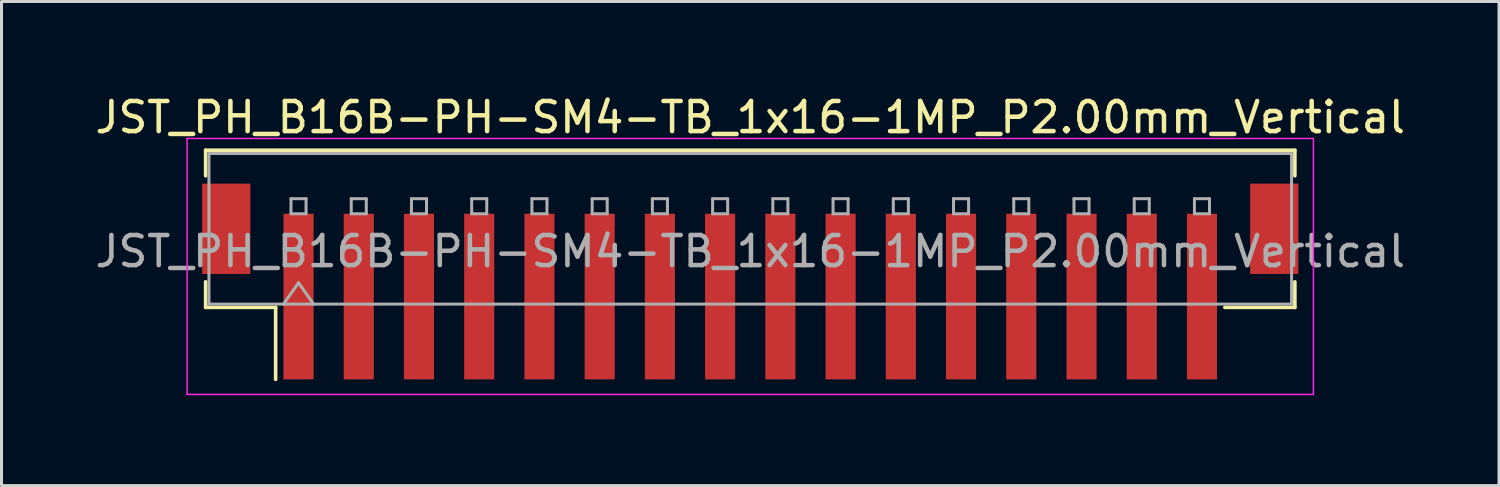
<source format=kicad_pcb>
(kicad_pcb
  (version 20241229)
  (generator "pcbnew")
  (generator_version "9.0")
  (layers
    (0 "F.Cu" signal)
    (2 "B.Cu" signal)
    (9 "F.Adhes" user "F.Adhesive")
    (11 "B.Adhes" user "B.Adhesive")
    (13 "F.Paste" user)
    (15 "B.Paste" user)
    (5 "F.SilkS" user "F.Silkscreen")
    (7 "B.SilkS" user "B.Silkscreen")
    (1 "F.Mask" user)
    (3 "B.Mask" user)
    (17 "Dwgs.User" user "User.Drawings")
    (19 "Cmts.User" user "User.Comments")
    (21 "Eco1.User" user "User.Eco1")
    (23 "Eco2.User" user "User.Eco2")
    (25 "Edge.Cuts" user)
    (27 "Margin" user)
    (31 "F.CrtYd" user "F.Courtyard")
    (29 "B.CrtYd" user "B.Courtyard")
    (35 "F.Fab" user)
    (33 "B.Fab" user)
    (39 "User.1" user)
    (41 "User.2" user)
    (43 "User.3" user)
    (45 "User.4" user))
  (footprint "JST_PH_B16B-PH-SM4-TB_1x16-1MP_P2.00mm_Vertical"
    (layer "F.Cu")
    (at 21.863 6.298)
    (property "Reference" "JST_PH_B16B-PH-SM4-TB_1x16-1MP_P2.00mm_Vertical" (at 0 -5.45 0) (layer "F.SilkS") (effects (font (size 1 1) (thickness 0.15))))
    (attr smd)
    (fp_line (start -18.085 -4.36) (end 18.085 -4.36) (stroke (width 0.12) (type solid)) (layer "F.SilkS"))
    (fp_line (start -18.085 -3.51) (end -18.085 -4.36) (stroke (width 0.12) (type solid)) (layer "F.SilkS"))
    (fp_line (start -18.085 0.01) (end -18.085 0.86) (stroke (width 0.12) (type solid)) (layer "F.SilkS"))
    (fp_line (start -18.085 0.86) (end -15.76 0.86) (stroke (width 0.12) (type solid)) (layer "F.SilkS"))
    (fp_line (start -15.76 0.86) (end -15.76 3.25) (stroke (width 0.12) (type solid)) (layer "F.SilkS"))
    (fp_line (start 18.085 -4.36) (end 18.085 -3.51) (stroke (width 0.12) (type solid)) (layer "F.SilkS"))
    (fp_line (start 18.085 0.01) (end 18.085 0.86) (stroke (width 0.12) (type solid)) (layer "F.SilkS"))
    (fp_line (start 18.085 0.86) (end 15.76 0.86) (stroke (width 0.12) (type solid)) (layer "F.SilkS"))
    (fp_line (start -18.7 -4.75) (end -18.7 3.75) (stroke (width 0.05) (type solid)) (layer "F.CrtYd"))
    (fp_line (start -18.7 3.75) (end 18.7 3.75) (stroke (width 0.05) (type solid)) (layer "F.CrtYd"))
    (fp_line (start 18.7 -4.75) (end -18.7 -4.75) (stroke (width 0.05) (type solid)) (layer "F.CrtYd"))
    (fp_line (start 18.7 3.75) (end 18.7 -4.75) (stroke (width 0.05) (type solid)) (layer "F.CrtYd"))
    (fp_line (start -17.975 -4.25) (end 17.975 -4.25) (stroke (width 0.1) (type solid)) (layer "F.Fab"))
    (fp_line (start -17.975 0.75) (end -17.975 -4.25) (stroke (width 0.1) (type solid)) (layer "F.Fab"))
    (fp_line (start -17.975 0.75) (end 17.975 0.75) (stroke (width 0.1) (type solid)) (layer "F.Fab"))
    (fp_line (start -15.5 0.75) (end -15 0.043) (stroke (width 0.1) (type solid)) (layer "F.Fab"))
    (fp_line (start -15.25 -2.75) (end -15.25 -2.25) (stroke (width 0.1) (type solid)) (layer "F.Fab"))
    (fp_line (start -15.25 -2.25) (end -14.75 -2.25) (stroke (width 0.1) (type solid)) (layer "F.Fab"))
    (fp_line (start -15 0.043) (end -14.5 0.75) (stroke (width 0.1) (type solid)) (layer "F.Fab"))
    (fp_line (start -14.75 -2.75) (end -15.25 -2.75) (stroke (width 0.1) (type solid)) (layer "F.Fab"))
    (fp_line (start -14.75 -2.25) (end -14.75 -2.75) (stroke (width 0.1) (type solid)) (layer "F.Fab"))
    (fp_line (start -13.25 -2.75) (end -13.25 -2.25) (stroke (width 0.1) (type solid)) (layer "F.Fab"))
    (fp_line (start -13.25 -2.25) (end -12.75 -2.25) (stroke (width 0.1) (type solid)) (layer "F.Fab"))
    (fp_line (start -12.75 -2.75) (end -13.25 -2.75) (stroke (width 0.1) (type solid)) (layer "F.Fab"))
    (fp_line (start -12.75 -2.25) (end -12.75 -2.75) (stroke (width 0.1) (type solid)) (layer "F.Fab"))
    (fp_line (start -11.25 -2.75) (end -11.25 -2.25) (stroke (width 0.1) (type solid)) (layer "F.Fab"))
    (fp_line (start -11.25 -2.25) (end -10.75 -2.25) (stroke (width 0.1) (type solid)) (layer "F.Fab"))
    (fp_line (start -10.75 -2.75) (end -11.25 -2.75) (stroke (width 0.1) (type solid)) (layer "F.Fab"))
    (fp_line (start -10.75 -2.25) (end -10.75 -2.75) (stroke (width 0.1) (type solid)) (layer "F.Fab"))
    (fp_line (start -9.25 -2.75) (end -9.25 -2.25) (stroke (width 0.1) (type solid)) (layer "F.Fab"))
    (fp_line (start -9.25 -2.25) (end -8.75 -2.25) (stroke (width 0.1) (type solid)) (layer "F.Fab"))
    (fp_line (start -8.75 -2.75) (end -9.25 -2.75) (stroke (width 0.1) (type solid)) (layer "F.Fab"))
    (fp_line (start -8.75 -2.25) (end -8.75 -2.75) (stroke (width 0.1) (type solid)) (layer "F.Fab"))
    (fp_line (start -7.25 -2.75) (end -7.25 -2.25) (stroke (width 0.1) (type solid)) (layer "F.Fab"))
    (fp_line (start -7.25 -2.25) (end -6.75 -2.25) (stroke (width 0.1) (type solid)) (layer "F.Fab"))
    (fp_line (start -6.75 -2.75) (end -7.25 -2.75) (stroke (width 0.1) (type solid)) (layer "F.Fab"))
    (fp_line (start -6.75 -2.25) (end -6.75 -2.75) (stroke (width 0.1) (type solid)) (layer "F.Fab"))
    (fp_line (start -5.25 -2.75) (end -5.25 -2.25) (stroke (width 0.1) (type solid)) (layer "F.Fab"))
    (fp_line (start -5.25 -2.25) (end -4.75 -2.25) (stroke (width 0.1) (type solid)) (layer "F.Fab"))
    (fp_line (start -4.75 -2.75) (end -5.25 -2.75) (stroke (width 0.1) (type solid)) (layer "F.Fab"))
    (fp_line (start -4.75 -2.25) (end -4.75 -2.75) (stroke (width 0.1) (type solid)) (layer "F.Fab"))
    (fp_line (start -3.25 -2.75) (end -3.25 -2.25) (stroke (width 0.1) (type solid)) (layer "F.Fab"))
    (fp_line (start -3.25 -2.25) (end -2.75 -2.25) (stroke (width 0.1) (type solid)) (layer "F.Fab"))
    (fp_line (start -2.75 -2.75) (end -3.25 -2.75) (stroke (width 0.1) (type solid)) (layer "F.Fab"))
    (fp_line (start -2.75 -2.25) (end -2.75 -2.75) (stroke (width 0.1) (type solid)) (layer "F.Fab"))
    (fp_line (start -1.25 -2.75) (end -1.25 -2.25) (stroke (width 0.1) (type solid)) (layer "F.Fab"))
    (fp_line (start -1.25 -2.25) (end -0.75 -2.25) (stroke (width 0.1) (type solid)) (layer "F.Fab"))
    (fp_line (start -0.75 -2.75) (end -1.25 -2.75) (stroke (width 0.1) (type solid)) (layer "F.Fab"))
    (fp_line (start -0.75 -2.25) (end -0.75 -2.75) (stroke (width 0.1) (type solid)) (layer "F.Fab"))
    (fp_line (start 0.75 -2.75) (end 0.75 -2.25) (stroke (width 0.1) (type solid)) (layer "F.Fab"))
    (fp_line (start 0.75 -2.25) (end 1.25 -2.25) (stroke (width 0.1) (type solid)) (layer "F.Fab"))
    (fp_line (start 1.25 -2.75) (end 0.75 -2.75) (stroke (width 0.1) (type solid)) (layer "F.Fab"))
    (fp_line (start 1.25 -2.25) (end 1.25 -2.75) (stroke (width 0.1) (type solid)) (layer "F.Fab"))
    (fp_line (start 2.75 -2.75) (end 2.75 -2.25) (stroke (width 0.1) (type solid)) (layer "F.Fab"))
    (fp_line (start 2.75 -2.25) (end 3.25 -2.25) (stroke (width 0.1) (type solid)) (layer "F.Fab"))
    (fp_line (start 3.25 -2.75) (end 2.75 -2.75) (stroke (width 0.1) (type solid)) (layer "F.Fab"))
    (fp_line (start 3.25 -2.25) (end 3.25 -2.75) (stroke (width 0.1) (type solid)) (layer "F.Fab"))
    (fp_line (start 4.75 -2.75) (end 4.75 -2.25) (stroke (width 0.1) (type solid)) (layer "F.Fab"))
    (fp_line (start 4.75 -2.25) (end 5.25 -2.25) (stroke (width 0.1) (type solid)) (layer "F.Fab"))
    (fp_line (start 5.25 -2.75) (end 4.75 -2.75) (stroke (width 0.1) (type solid)) (layer "F.Fab"))
    (fp_line (start 5.25 -2.25) (end 5.25 -2.75) (stroke (width 0.1) (type solid)) (layer "F.Fab"))
    (fp_line (start 6.75 -2.75) (end 6.75 -2.25) (stroke (width 0.1) (type solid)) (layer "F.Fab"))
    (fp_line (start 6.75 -2.25) (end 7.25 -2.25) (stroke (width 0.1) (type solid)) (layer "F.Fab"))
    (fp_line (start 7.25 -2.75) (end 6.75 -2.75) (stroke (width 0.1) (type solid)) (layer "F.Fab"))
    (fp_line (start 7.25 -2.25) (end 7.25 -2.75) (stroke (width 0.1) (type solid)) (layer "F.Fab"))
    (fp_line (start 8.75 -2.75) (end 8.75 -2.25) (stroke (width 0.1) (type solid)) (layer "F.Fab"))
    (fp_line (start 8.75 -2.25) (end 9.25 -2.25) (stroke (width 0.1) (type solid)) (layer "F.Fab"))
    (fp_line (start 9.25 -2.75) (end 8.75 -2.75) (stroke (width 0.1) (type solid)) (layer "F.Fab"))
    (fp_line (start 9.25 -2.25) (end 9.25 -2.75) (stroke (width 0.1) (type solid)) (layer "F.Fab"))
    (fp_line (start 10.75 -2.75) (end 10.75 -2.25) (stroke (width 0.1) (type solid)) (layer "F.Fab"))
    (fp_line (start 10.75 -2.25) (end 11.25 -2.25) (stroke (width 0.1) (type solid)) (layer "F.Fab"))
    (fp_line (start 11.25 -2.75) (end 10.75 -2.75) (stroke (width 0.1) (type solid)) (layer "F.Fab"))
    (fp_line (start 11.25 -2.25) (end 11.25 -2.75) (stroke (width 0.1) (type solid)) (layer "F.Fab"))
    (fp_line (start 12.75 -2.75) (end 12.75 -2.25) (stroke (width 0.1) (type solid)) (layer "F.Fab"))
    (fp_line (start 12.75 -2.25) (end 13.25 -2.25) (stroke (width 0.1) (type solid)) (layer "F.Fab"))
    (fp_line (start 13.25 -2.75) (end 12.75 -2.75) (stroke (width 0.1) (type solid)) (layer "F.Fab"))
    (fp_line (start 13.25 -2.25) (end 13.25 -2.75) (stroke (width 0.1) (type solid)) (layer "F.Fab"))
    (fp_line (start 14.75 -2.75) (end 14.75 -2.25) (stroke (width 0.1) (type solid)) (layer "F.Fab"))
    (fp_line (start 14.75 -2.25) (end 15.25 -2.25) (stroke (width 0.1) (type solid)) (layer "F.Fab"))
    (fp_line (start 15.25 -2.75) (end 14.75 -2.75) (stroke (width 0.1) (type solid)) (layer "F.Fab"))
    (fp_line (start 15.25 -2.25) (end 15.25 -2.75) (stroke (width 0.1) (type solid)) (layer "F.Fab"))
    (fp_line (start 17.975 0.75) (end 17.975 -4.25) (stroke (width 0.1) (type solid)) (layer "F.Fab"))
    (fp_text user "${REFERENCE}" (at 0 -1 0) (layer "F.Fab") (effects (font (size 1 1) (thickness 0.15))))
    (pad "1" smd rect (at -15 0.5) (size 1 5.5) (layers "F.Cu" "F.Mask" "F.Paste"))
    (pad "2" smd rect (at -13 0.5) (size 1 5.5) (layers "F.Cu" "F.Mask" "F.Paste"))
    (pad "3" smd rect (at -11 0.5) (size 1 5.5) (layers "F.Cu" "F.Mask" "F.Paste"))
    (pad "4" smd rect (at -9 0.5) (size 1 5.5) (layers "F.Cu" "F.Mask" "F.Paste"))
    (pad "5" smd rect (at -7 0.5) (size 1 5.5) (layers "F.Cu" "F.Mask" "F.Paste"))
    (pad "6" smd rect (at -5 0.5) (size 1 5.5) (layers "F.Cu" "F.Mask" "F.Paste"))
    (pad "7" smd rect (at -3 0.5) (size 1 5.5) (layers "F.Cu" "F.Mask" "F.Paste"))
    (pad "8" smd rect (at -1 0.5) (size 1 5.5) (layers "F.Cu" "F.Mask" "F.Paste"))
    (pad "9" smd rect (at 1 0.5) (size 1 5.5) (layers "F.Cu" "F.Mask" "F.Paste"))
    (pad "10" smd rect (at 3 0.5) (size 1 5.5) (layers "F.Cu" "F.Mask" "F.Paste"))
    (pad "11" smd rect (at 5 0.5) (size 1 5.5) (layers "F.Cu" "F.Mask" "F.Paste"))
    (pad "12" smd rect (at 7 0.5) (size 1 5.5) (layers "F.Cu" "F.Mask" "F.Paste"))
    (pad "13" smd rect (at 9 0.5) (size 1 5.5) (layers "F.Cu" "F.Mask" "F.Paste"))
    (pad "14" smd rect (at 11 0.5) (size 1 5.5) (layers "F.Cu" "F.Mask" "F.Paste"))
    (pad "15" smd rect (at 13 0.5) (size 1 5.5) (layers "F.Cu" "F.Mask" "F.Paste"))
    (pad "16" smd rect (at 15 0.5) (size 1 5.5) (layers "F.Cu" "F.Mask" "F.Paste"))
    (pad "MP" smd rect (at -17.4 -1.75) (size 1.6 3) (layers "F.Cu" "F.Mask" "F.Paste"))
    (pad "MP" smd rect (at 17.4 -1.75) (size 1.6 3) (layers "F.Cu" "F.Mask" "F.Paste")))
  (gr_rect
    (start -3 -3)
    (end 46.726 13.073)
    (stroke (width 0.1) (type default))
    (fill no)
    (layer "Edge.Cuts")))
</source>
